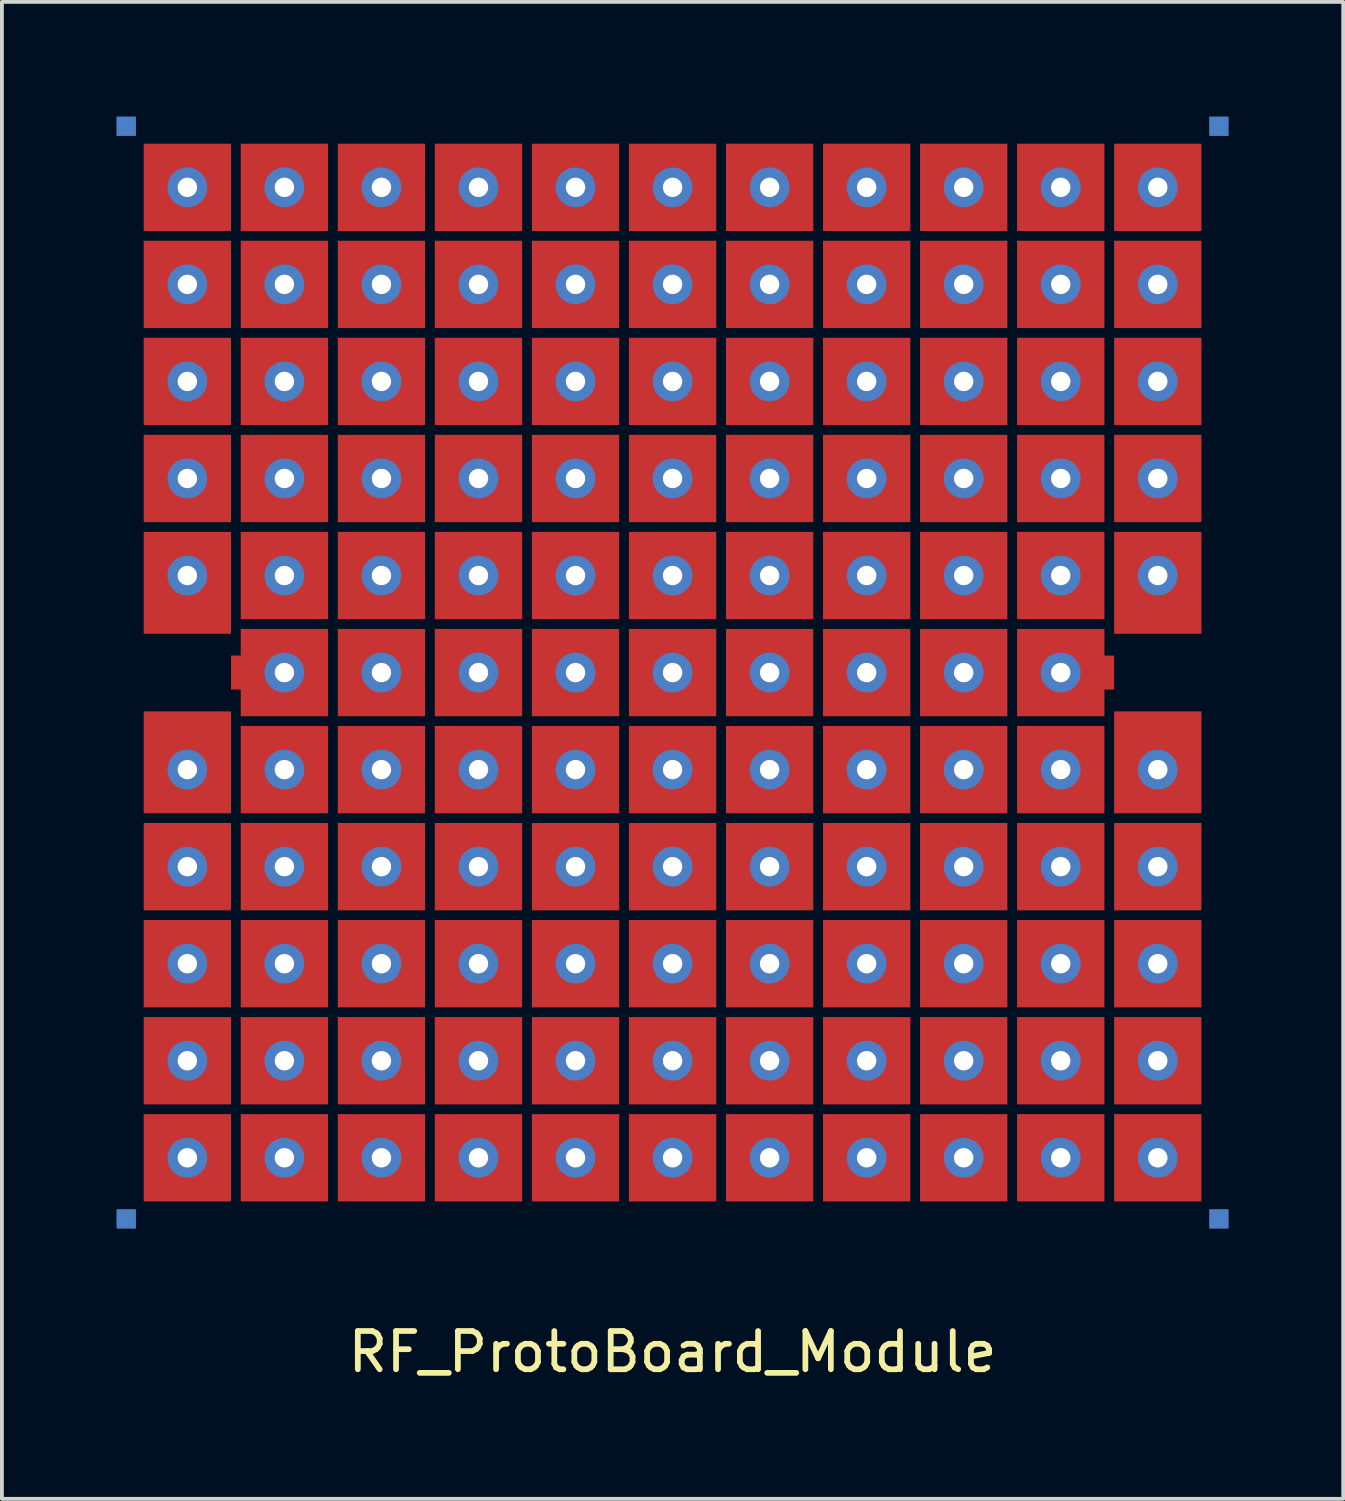
<source format=kicad_pcb>
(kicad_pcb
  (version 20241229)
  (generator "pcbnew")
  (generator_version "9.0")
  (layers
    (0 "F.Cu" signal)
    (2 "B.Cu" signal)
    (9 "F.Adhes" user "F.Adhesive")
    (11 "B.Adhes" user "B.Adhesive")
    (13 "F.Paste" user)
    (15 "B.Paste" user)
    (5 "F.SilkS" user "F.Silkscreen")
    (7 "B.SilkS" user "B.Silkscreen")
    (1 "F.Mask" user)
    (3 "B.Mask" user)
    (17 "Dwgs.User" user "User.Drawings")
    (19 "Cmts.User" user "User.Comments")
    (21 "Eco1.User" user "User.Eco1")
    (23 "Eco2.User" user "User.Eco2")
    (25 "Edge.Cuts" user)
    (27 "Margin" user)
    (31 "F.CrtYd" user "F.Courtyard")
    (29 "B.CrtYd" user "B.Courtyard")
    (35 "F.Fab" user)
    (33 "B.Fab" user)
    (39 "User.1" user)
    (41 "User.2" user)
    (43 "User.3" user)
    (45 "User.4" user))
  (footprint "RF_ProtoBoard_Module"
    (layer "F.Cu")
    (at 14.554 14.554)
    (property "Reference" "RF_ProtoBoard_Module" (at 0 17.78 0) (unlocked yes) (layer "F.SilkS") (effects (font (size 1 1) (thickness 0.15))))
    (attr allow_soldermask_bridges)
    (pad "" smd rect (at 0 0) (size 29.108 29.108) (layers "F.Mask"))
    (pad "" smd rect (at 0 0) (size 29.108 29.108) (layers "B.Mask"))
    (pad "0" smd rect (at -14.3 -14.3) (size 0.508 0.508) (layers "B.Cu"))
    (pad "0" smd rect (at -14.3 14.3) (size 0.508 0.508) (layers "B.Cu"))
    (pad "0" smd rect (at 14.3 -14.3) (size 0.508 0.508) (layers "B.Cu"))
    (pad "0" smd rect (at 14.3 14.3) (size 0.508 0.508) (layers "B.Cu"))
    (pad "1a" thru_hole circle (at -12.7 -12.7) (size 1.041 1.041) (drill 0.508) (layers "*.Cu" "*.Mask"))
    (pad "1a" smd rect (at -12.7 -12.7) (size 2.286 2.286) (layers "F.Cu" "F.Mask"))
    (pad "1b" thru_hole circle (at -10.16 -12.7) (size 1.041 1.041) (drill 0.508) (layers "*.Cu" "*.Mask"))
    (pad "1b" smd rect (at -10.16 -12.7) (size 2.286 2.286) (layers "F.Cu" "F.Mask"))
    (pad "1c" thru_hole circle (at -7.62 -12.7) (size 1.041 1.041) (drill 0.508) (layers "*.Cu" "*.Mask"))
    (pad "1c" smd rect (at -7.62 -12.7) (size 2.286 2.286) (layers "F.Cu" "F.Mask"))
    (pad "1d" thru_hole circle (at -5.08 -12.7) (size 1.041 1.041) (drill 0.508) (layers "*.Cu" "*.Mask"))
    (pad "1d" smd rect (at -5.08 -12.7) (size 2.286 2.286) (layers "F.Cu" "F.Mask"))
    (pad "1e" thru_hole circle (at -2.54 -12.7) (size 1.041 1.041) (drill 0.508) (layers "*.Cu" "*.Mask"))
    (pad "1e" smd rect (at -2.54 -12.7) (size 2.286 2.286) (layers "F.Cu" "F.Mask"))
    (pad "1f" thru_hole circle (at 0 -12.7) (size 1.041 1.041) (drill 0.508) (layers "*.Cu" "*.Mask"))
    (pad "1f" smd rect (at 0 -12.7) (size 2.286 2.286) (layers "F.Cu" "F.Mask"))
    (pad "1g" thru_hole circle (at 2.54 -12.7) (size 1.041 1.041) (drill 0.508) (layers "*.Cu" "*.Mask"))
    (pad "1g" smd rect (at 2.54 -12.7) (size 2.286 2.286) (layers "F.Cu" "F.Mask"))
    (pad "1h" thru_hole circle (at 5.08 -12.7) (size 1.041 1.041) (drill 0.508) (layers "*.Cu" "*.Mask"))
    (pad "1h" smd rect (at 5.08 -12.7) (size 2.286 2.286) (layers "F.Cu" "F.Mask"))
    (pad "1i" thru_hole circle (at 7.62 -12.7) (size 1.041 1.041) (drill 0.508) (layers "*.Cu" "*.Mask"))
    (pad "1i" smd rect (at 7.62 -12.7) (size 2.286 2.286) (layers "F.Cu" "F.Mask"))
    (pad "1j" thru_hole circle (at 10.16 -12.7) (size 1.041 1.041) (drill 0.508) (layers "*.Cu" "*.Mask"))
    (pad "1j" smd rect (at 10.16 -12.7) (size 2.286 2.286) (layers "F.Cu" "F.Mask"))
    (pad "1k" thru_hole circle (at 12.7 -12.7) (size 1.041 1.041) (drill 0.508) (layers "*.Cu" "*.Mask"))
    (pad "1k" smd rect (at 12.7 -12.7) (size 2.286 2.286) (layers "F.Cu" "F.Mask"))
    (pad "2a" thru_hole circle (at -12.7 -10.16) (size 1.041 1.041) (drill 0.508) (layers "*.Cu" "*.Mask"))
    (pad "2a" smd rect (at -12.7 -10.16) (size 2.286 2.286) (layers "F.Cu" "F.Mask"))
    (pad "2b" thru_hole circle (at -10.16 -10.16) (size 1.041 1.041) (drill 0.508) (layers "*.Cu" "*.Mask"))
    (pad "2b" smd rect (at -10.16 -10.16) (size 2.286 2.286) (layers "F.Cu" "F.Mask"))
    (pad "2c" thru_hole circle (at -7.62 -10.16) (size 1.041 1.041) (drill 0.508) (layers "*.Cu" "*.Mask"))
    (pad "2c" smd rect (at -7.62 -10.16) (size 2.286 2.286) (layers "F.Cu" "F.Mask"))
    (pad "2d" thru_hole circle (at -5.08 -10.16) (size 1.041 1.041) (drill 0.508) (layers "*.Cu" "*.Mask"))
    (pad "2d" smd rect (at -5.08 -10.16) (size 2.286 2.286) (layers "F.Cu" "F.Mask"))
    (pad "2e" thru_hole circle (at -2.54 -10.16) (size 1.041 1.041) (drill 0.508) (layers "*.Cu" "*.Mask"))
    (pad "2e" smd rect (at -2.54 -10.16) (size 2.286 2.286) (layers "F.Cu" "F.Mask"))
    (pad "2f" thru_hole circle (at 0 -10.16) (size 1.041 1.041) (drill 0.508) (layers "*.Cu" "*.Mask"))
    (pad "2f" smd rect (at 0 -10.16) (size 2.286 2.286) (layers "F.Cu" "F.Mask"))
    (pad "2g" thru_hole circle (at 2.54 -10.16) (size 1.041 1.041) (drill 0.508) (layers "*.Cu" "*.Mask"))
    (pad "2g" smd rect (at 2.54 -10.16) (size 2.286 2.286) (layers "F.Cu" "F.Mask"))
    (pad "2h" thru_hole circle (at 5.08 -10.16) (size 1.041 1.041) (drill 0.508) (layers "*.Cu" "*.Mask"))
    (pad "2h" smd rect (at 5.08 -10.16) (size 2.286 2.286) (layers "F.Cu" "F.Mask"))
    (pad "2i" thru_hole circle (at 7.62 -10.16) (size 1.041 1.041) (drill 0.508) (layers "*.Cu" "*.Mask"))
    (pad "2i" smd rect (at 7.62 -10.16) (size 2.286 2.286) (layers "F.Cu" "F.Mask"))
    (pad "2j" thru_hole circle (at 10.16 -10.16) (size 1.041 1.041) (drill 0.508) (layers "*.Cu" "*.Mask"))
    (pad "2j" smd rect (at 10.16 -10.16) (size 2.286 2.286) (layers "F.Cu" "F.Mask"))
    (pad "2k" thru_hole circle (at 12.7 -10.16) (size 1.041 1.041) (drill 0.508) (layers "*.Cu" "*.Mask"))
    (pad "2k" smd rect (at 12.7 -10.16) (size 2.286 2.286) (layers "F.Cu" "F.Mask"))
    (pad "3a" thru_hole circle (at -12.7 -7.62) (size 1.041 1.041) (drill 0.508) (layers "*.Cu" "*.Mask"))
    (pad "3a" smd rect (at -12.7 -7.62) (size 2.286 2.286) (layers "F.Cu" "F.Mask"))
    (pad "3b" thru_hole circle (at -10.16 -7.62) (size 1.041 1.041) (drill 0.508) (layers "*.Cu" "*.Mask"))
    (pad "3b" smd rect (at -10.16 -7.62) (size 2.286 2.286) (layers "F.Cu" "F.Mask"))
    (pad "3c" thru_hole circle (at -7.62 -7.62) (size 1.041 1.041) (drill 0.508) (layers "*.Cu" "*.Mask"))
    (pad "3c" smd rect (at -7.62 -7.62) (size 2.286 2.286) (layers "F.Cu" "F.Mask"))
    (pad "3d" thru_hole circle (at -5.08 -7.62) (size 1.041 1.041) (drill 0.508) (layers "*.Cu" "*.Mask"))
    (pad "3d" smd rect (at -5.08 -7.62) (size 2.286 2.286) (layers "F.Cu" "F.Mask"))
    (pad "3e" thru_hole circle (at -2.54 -7.62) (size 1.041 1.041) (drill 0.508) (layers "*.Cu" "*.Mask"))
    (pad "3e" smd rect (at -2.54 -7.62) (size 2.286 2.286) (layers "F.Cu" "F.Mask"))
    (pad "3f" thru_hole circle (at 0 -7.62) (size 1.041 1.041) (drill 0.508) (layers "*.Cu" "*.Mask"))
    (pad "3f" smd rect (at 0 -7.62) (size 2.286 2.286) (layers "F.Cu" "F.Mask"))
    (pad "3g" thru_hole circle (at 2.54 -7.62) (size 1.041 1.041) (drill 0.508) (layers "*.Cu" "*.Mask"))
    (pad "3g" smd rect (at 2.54 -7.62) (size 2.286 2.286) (layers "F.Cu" "F.Mask"))
    (pad "3h" thru_hole circle (at 5.08 -7.62) (size 1.041 1.041) (drill 0.508) (layers "*.Cu" "*.Mask"))
    (pad "3h" smd rect (at 5.08 -7.62) (size 2.286 2.286) (layers "F.Cu" "F.Mask"))
    (pad "3i" thru_hole circle (at 7.62 -7.62) (size 1.041 1.041) (drill 0.508) (layers "*.Cu" "*.Mask"))
    (pad "3i" smd rect (at 7.62 -7.62) (size 2.286 2.286) (layers "F.Cu" "F.Mask"))
    (pad "3j" thru_hole circle (at 10.16 -7.62) (size 1.041 1.041) (drill 0.508) (layers "*.Cu" "*.Mask"))
    (pad "3j" smd rect (at 10.16 -7.62) (size 2.286 2.286) (layers "F.Cu" "F.Mask"))
    (pad "3k" thru_hole circle (at 12.7 -7.62) (size 1.041 1.041) (drill 0.508) (layers "*.Cu" "*.Mask"))
    (pad "3k" smd rect (at 12.7 -7.62) (size 2.286 2.286) (layers "F.Cu" "F.Mask"))
    (pad "4a" thru_hole circle (at -12.7 -5.08) (size 1.041 1.041) (drill 0.508) (layers "*.Cu" "*.Mask"))
    (pad "4a" smd rect (at -12.7 -5.08) (size 2.286 2.286) (layers "F.Cu" "F.Mask"))
    (pad "4b" thru_hole circle (at -10.16 -5.08) (size 1.041 1.041) (drill 0.508) (layers "*.Cu" "*.Mask"))
    (pad "4b" smd rect (at -10.16 -5.08) (size 2.286 2.286) (layers "F.Cu" "F.Mask"))
    (pad "4c" thru_hole circle (at -7.62 -5.08) (size 1.041 1.041) (drill 0.508) (layers "*.Cu" "*.Mask"))
    (pad "4c" smd rect (at -7.62 -5.08) (size 2.286 2.286) (layers "F.Cu" "F.Mask"))
    (pad "4d" thru_hole circle (at -5.08 -5.08) (size 1.041 1.041) (drill 0.508) (layers "*.Cu" "*.Mask"))
    (pad "4d" smd rect (at -5.08 -5.08) (size 2.286 2.286) (layers "F.Cu" "F.Mask"))
    (pad "4e" thru_hole circle (at -2.54 -5.08) (size 1.041 1.041) (drill 0.508) (layers "*.Cu" "*.Mask"))
    (pad "4e" smd rect (at -2.54 -5.08) (size 2.286 2.286) (layers "F.Cu" "F.Mask"))
    (pad "4f" thru_hole circle (at 0 -5.08) (size 1.041 1.041) (drill 0.508) (layers "*.Cu" "*.Mask"))
    (pad "4f" smd rect (at 0 -5.08) (size 2.286 2.286) (layers "F.Cu" "F.Mask"))
    (pad "4g" thru_hole circle (at 2.54 -5.08) (size 1.041 1.041) (drill 0.508) (layers "*.Cu" "*.Mask"))
    (pad "4g" smd rect (at 2.54 -5.08) (size 2.286 2.286) (layers "F.Cu" "F.Mask"))
    (pad "4h" thru_hole circle (at 5.08 -5.08) (size 1.041 1.041) (drill 0.508) (layers "*.Cu" "*.Mask"))
    (pad "4h" smd rect (at 5.08 -5.08) (size 2.286 2.286) (layers "F.Cu" "F.Mask"))
    (pad "4i" thru_hole circle (at 7.62 -5.08) (size 1.041 1.041) (drill 0.508) (layers "*.Cu" "*.Mask"))
    (pad "4i" smd rect (at 7.62 -5.08) (size 2.286 2.286) (layers "F.Cu" "F.Mask"))
    (pad "4j" thru_hole circle (at 10.16 -5.08) (size 1.041 1.041) (drill 0.508) (layers "*.Cu" "*.Mask"))
    (pad "4j" smd rect (at 10.16 -5.08) (size 2.286 2.286) (layers "F.Cu" "F.Mask"))
    (pad "4k" thru_hole circle (at 12.7 -5.08) (size 1.041 1.041) (drill 0.508) (layers "*.Cu" "*.Mask"))
    (pad "4k" smd rect (at 12.7 -5.08) (size 2.286 2.286) (layers "F.Cu" "F.Mask"))
    (pad "5a" thru_hole circle (at -12.7 -2.54) (size 1.041 1.041) (drill 0.508) (layers "*.Cu" "*.Mask"))
    (pad "5a" smd rect (at -12.7 -2.349) (size 2.286 2.667) (layers "F.Cu" "F.Mask"))
    (pad "5b" thru_hole circle (at -10.16 -2.54) (size 1.041 1.041) (drill 0.508) (layers "*.Cu" "*.Mask"))
    (pad "5b" smd rect (at -10.16 -2.54) (size 2.286 2.286) (layers "F.Cu" "F.Mask"))
    (pad "5c" thru_hole circle (at -7.62 -2.54) (size 1.041 1.041) (drill 0.508) (layers "*.Cu" "*.Mask"))
    (pad "5c" smd rect (at -7.62 -2.54) (size 2.286 2.286) (layers "F.Cu" "F.Mask"))
    (pad "5d" thru_hole circle (at -5.08 -2.54) (size 1.041 1.041) (drill 0.508) (layers "*.Cu" "*.Mask"))
    (pad "5d" smd rect (at -5.08 -2.54) (size 2.286 2.286) (layers "F.Cu" "F.Mask"))
    (pad "5e" thru_hole circle (at -2.54 -2.54) (size 1.041 1.041) (drill 0.508) (layers "*.Cu" "*.Mask"))
    (pad "5e" smd rect (at -2.54 -2.54) (size 2.286 2.286) (layers "F.Cu" "F.Mask"))
    (pad "5f" thru_hole circle (at 0 -2.54) (size 1.041 1.041) (drill 0.508) (layers "*.Cu" "*.Mask"))
    (pad "5f" smd rect (at 0 -2.54) (size 2.286 2.286) (layers "F.Cu" "F.Mask"))
    (pad "5g" thru_hole circle (at 2.54 -2.54) (size 1.041 1.041) (drill 0.508) (layers "*.Cu" "*.Mask"))
    (pad "5g" smd rect (at 2.54 -2.54) (size 2.286 2.286) (layers "F.Cu" "F.Mask"))
    (pad "5h" thru_hole circle (at 5.08 -2.54) (size 1.041 1.041) (drill 0.508) (layers "*.Cu" "*.Mask"))
    (pad "5h" smd rect (at 5.08 -2.54) (size 2.286 2.286) (layers "F.Cu" "F.Mask"))
    (pad "5i" thru_hole circle (at 7.62 -2.54) (size 1.041 1.041) (drill 0.508) (layers "*.Cu" "*.Mask"))
    (pad "5i" smd rect (at 7.62 -2.54) (size 2.286 2.286) (layers "F.Cu" "F.Mask"))
    (pad "5j" thru_hole circle (at 10.16 -2.54) (size 1.041 1.041) (drill 0.508) (layers "*.Cu" "*.Mask"))
    (pad "5j" smd rect (at 10.16 -2.54) (size 2.286 2.286) (layers "F.Cu" "F.Mask"))
    (pad "5k" thru_hole circle (at 12.7 -2.54) (size 1.041 1.041) (drill 0.508) (layers "*.Cu" "*.Mask"))
    (pad "5k" smd rect (at 12.7 -2.349) (size 2.286 2.667) (layers "F.Cu" "F.Mask"))
    (pad "6b" thru_hole circle (at -10.16 0) (size 1.041 1.041) (drill 0.508) (layers "*.Cu" "*.Mask"))
    (pad "6b" smd custom (at -10.16 0) (size 2.286 2.286) (layers "F.Cu" "F.Mask") (options (anchor rect)) (primitives (gr_rect (start -1.397 -0.445) (end -1.092 0.445) (width 0) (fill yes))))
    (pad "6c" thru_hole circle (at -7.62 0) (size 1.041 1.041) (drill 0.508) (layers "*.Cu" "*.Mask"))
    (pad "6c" smd rect (at -7.62 0) (size 2.286 2.286) (layers "F.Cu" "F.Mask"))
    (pad "6d" thru_hole circle (at -5.08 0) (size 1.041 1.041) (drill 0.508) (layers "*.Cu" "*.Mask"))
    (pad "6d" smd rect (at -5.08 0) (size 2.286 2.286) (layers "F.Cu" "F.Mask"))
    (pad "6e" thru_hole circle (at -2.54 0) (size 1.041 1.041) (drill 0.508) (layers "*.Cu" "*.Mask"))
    (pad "6e" smd rect (at -2.54 0) (size 2.286 2.286) (layers "F.Cu" "F.Mask"))
    (pad "6f" thru_hole circle (at 0 0) (size 1.041 1.041) (drill 0.508) (layers "*.Cu" "*.Mask"))
    (pad "6f" smd rect (at 0 0) (size 2.286 2.286) (layers "F.Cu" "F.Mask"))
    (pad "6g" thru_hole circle (at 2.54 0) (size 1.041 1.041) (drill 0.508) (layers "*.Cu" "*.Mask"))
    (pad "6g" smd rect (at 2.54 0) (size 2.286 2.286) (layers "F.Cu" "F.Mask"))
    (pad "6h" thru_hole circle (at 5.08 0) (size 1.041 1.041) (drill 0.508) (layers "*.Cu" "*.Mask"))
    (pad "6h" smd rect (at 5.08 0) (size 2.286 2.286) (layers "F.Cu" "F.Mask"))
    (pad "6i" thru_hole circle (at 7.62 0) (size 1.041 1.041) (drill 0.508) (layers "*.Cu" "*.Mask"))
    (pad "6i" smd rect (at 7.62 0) (size 2.286 2.286) (layers "F.Cu" "F.Mask"))
    (pad "6j" thru_hole circle (at 10.16 0) (size 1.041 1.041) (drill 0.508) (layers "*.Cu" "*.Mask"))
    (pad "6j" smd custom (at 10.16 0) (size 2.286 2.286) (layers "F.Cu" "F.Mask") (options (anchor rect)) (primitives (gr_rect (start 1.092 -0.445) (end 1.397 0.445) (width 0) (fill yes))))
    (pad "7a" smd rect (at -12.7 2.349) (size 2.286 2.667) (layers "F.Cu" "F.Mask"))
    (pad "7a" thru_hole circle (at -12.7 2.54) (size 1.041 1.041) (drill 0.508) (layers "*.Cu" "*.Mask"))
    (pad "7b" thru_hole circle (at -10.16 2.54) (size 1.041 1.041) (drill 0.508) (layers "*.Cu" "*.Mask"))
    (pad "7b" smd rect (at -10.16 2.54) (size 2.286 2.286) (layers "F.Cu" "F.Mask"))
    (pad "7c" thru_hole circle (at -7.62 2.54) (size 1.041 1.041) (drill 0.508) (layers "*.Cu" "*.Mask"))
    (pad "7c" smd rect (at -7.62 2.54) (size 2.286 2.286) (layers "F.Cu" "F.Mask"))
    (pad "7d" thru_hole circle (at -5.08 2.54) (size 1.041 1.041) (drill 0.508) (layers "*.Cu" "*.Mask"))
    (pad "7d" smd rect (at -5.08 2.54) (size 2.286 2.286) (layers "F.Cu" "F.Mask"))
    (pad "7e" thru_hole circle (at -2.54 2.54) (size 1.041 1.041) (drill 0.508) (layers "*.Cu" "*.Mask"))
    (pad "7e" smd rect (at -2.54 2.54) (size 2.286 2.286) (layers "F.Cu" "F.Mask"))
    (pad "7f" thru_hole circle (at 0 2.54) (size 1.041 1.041) (drill 0.508) (layers "*.Cu" "*.Mask"))
    (pad "7f" smd rect (at 0 2.54) (size 2.286 2.286) (layers "F.Cu" "F.Mask"))
    (pad "7g" thru_hole circle (at 2.54 2.54) (size 1.041 1.041) (drill 0.508) (layers "*.Cu" "*.Mask"))
    (pad "7g" smd rect (at 2.54 2.54) (size 2.286 2.286) (layers "F.Cu" "F.Mask"))
    (pad "7h" thru_hole circle (at 5.08 2.54) (size 1.041 1.041) (drill 0.508) (layers "*.Cu" "*.Mask"))
    (pad "7h" smd rect (at 5.08 2.54) (size 2.286 2.286) (layers "F.Cu" "F.Mask"))
    (pad "7i" thru_hole circle (at 7.62 2.54) (size 1.041 1.041) (drill 0.508) (layers "*.Cu" "*.Mask"))
    (pad "7i" smd rect (at 7.62 2.54) (size 2.286 2.286) (layers "F.Cu" "F.Mask"))
    (pad "7j" thru_hole circle (at 10.16 2.54) (size 1.041 1.041) (drill 0.508) (layers "*.Cu" "*.Mask"))
    (pad "7j" smd rect (at 10.16 2.54) (size 2.286 2.286) (layers "F.Cu" "F.Mask"))
    (pad "7k" smd rect (at 12.7 2.349) (size 2.286 2.667) (layers "F.Cu" "F.Mask"))
    (pad "7k" thru_hole circle (at 12.7 2.54) (size 1.041 1.041) (drill 0.508) (layers "*.Cu" "*.Mask"))
    (pad "8a" thru_hole circle (at -12.7 5.08) (size 1.041 1.041) (drill 0.508) (layers "*.Cu" "*.Mask"))
    (pad "8a" smd rect (at -12.7 5.08) (size 2.286 2.286) (layers "F.Cu" "F.Mask"))
    (pad "8b" thru_hole circle (at -10.16 5.08) (size 1.041 1.041) (drill 0.508) (layers "*.Cu" "*.Mask"))
    (pad "8b" smd rect (at -10.16 5.08) (size 2.286 2.286) (layers "F.Cu" "F.Mask"))
    (pad "8c" thru_hole circle (at -7.62 5.08) (size 1.041 1.041) (drill 0.508) (layers "*.Cu" "*.Mask"))
    (pad "8c" smd rect (at -7.62 5.08) (size 2.286 2.286) (layers "F.Cu" "F.Mask"))
    (pad "8d" thru_hole circle (at -5.08 5.08) (size 1.041 1.041) (drill 0.508) (layers "*.Cu" "*.Mask"))
    (pad "8d" smd rect (at -5.08 5.08) (size 2.286 2.286) (layers "F.Cu" "F.Mask"))
    (pad "8e" thru_hole circle (at -2.54 5.08) (size 1.041 1.041) (drill 0.508) (layers "*.Cu" "*.Mask"))
    (pad "8e" smd rect (at -2.54 5.08) (size 2.286 2.286) (layers "F.Cu" "F.Mask"))
    (pad "8f" thru_hole circle (at 0 5.08) (size 1.041 1.041) (drill 0.508) (layers "*.Cu" "*.Mask"))
    (pad "8f" smd rect (at 0 5.08) (size 2.286 2.286) (layers "F.Cu" "F.Mask"))
    (pad "8g" thru_hole circle (at 2.54 5.08) (size 1.041 1.041) (drill 0.508) (layers "*.Cu" "*.Mask"))
    (pad "8g" smd rect (at 2.54 5.08) (size 2.286 2.286) (layers "F.Cu" "F.Mask"))
    (pad "8h" thru_hole circle (at 5.08 5.08) (size 1.041 1.041) (drill 0.508) (layers "*.Cu" "*.Mask"))
    (pad "8h" smd rect (at 5.08 5.08) (size 2.286 2.286) (layers "F.Cu" "F.Mask"))
    (pad "8i" thru_hole circle (at 7.62 5.08) (size 1.041 1.041) (drill 0.508) (layers "*.Cu" "*.Mask"))
    (pad "8i" smd rect (at 7.62 5.08) (size 2.286 2.286) (layers "F.Cu" "F.Mask"))
    (pad "8j" thru_hole circle (at 10.16 5.08) (size 1.041 1.041) (drill 0.508) (layers "*.Cu" "*.Mask"))
    (pad "8j" smd rect (at 10.16 5.08) (size 2.286 2.286) (layers "F.Cu" "F.Mask"))
    (pad "8k" thru_hole circle (at 12.7 5.08) (size 1.041 1.041) (drill 0.508) (layers "*.Cu" "*.Mask"))
    (pad "8k" smd rect (at 12.7 5.08) (size 2.286 2.286) (layers "F.Cu" "F.Mask"))
    (pad "9a" thru_hole circle (at -12.7 7.62) (size 1.041 1.041) (drill 0.508) (layers "*.Cu" "*.Mask"))
    (pad "9a" smd rect (at -12.7 7.62) (size 2.286 2.286) (layers "F.Cu" "F.Mask"))
    (pad "9b" thru_hole circle (at -10.16 7.62) (size 1.041 1.041) (drill 0.508) (layers "*.Cu" "*.Mask"))
    (pad "9b" smd rect (at -10.16 7.62) (size 2.286 2.286) (layers "F.Cu" "F.Mask"))
    (pad "9c" thru_hole circle (at -7.62 7.62) (size 1.041 1.041) (drill 0.508) (layers "*.Cu" "*.Mask"))
    (pad "9c" smd rect (at -7.62 7.62) (size 2.286 2.286) (layers "F.Cu" "F.Mask"))
    (pad "9d" thru_hole circle (at -5.08 7.62) (size 1.041 1.041) (drill 0.508) (layers "*.Cu" "*.Mask"))
    (pad "9d" smd rect (at -5.08 7.62) (size 2.286 2.286) (layers "F.Cu" "F.Mask"))
    (pad "9e" thru_hole circle (at -2.54 7.62) (size 1.041 1.041) (drill 0.508) (layers "*.Cu" "*.Mask"))
    (pad "9e" smd rect (at -2.54 7.62) (size 2.286 2.286) (layers "F.Cu" "F.Mask"))
    (pad "9f" thru_hole circle (at 0 7.62) (size 1.041 1.041) (drill 0.508) (layers "*.Cu" "*.Mask"))
    (pad "9f" smd rect (at 0 7.62) (size 2.286 2.286) (layers "F.Cu" "F.Mask"))
    (pad "9g" thru_hole circle (at 2.54 7.62) (size 1.041 1.041) (drill 0.508) (layers "*.Cu" "*.Mask"))
    (pad "9g" smd rect (at 2.54 7.62) (size 2.286 2.286) (layers "F.Cu" "F.Mask"))
    (pad "9h" thru_hole circle (at 5.08 7.62) (size 1.041 1.041) (drill 0.508) (layers "*.Cu" "*.Mask"))
    (pad "9h" smd rect (at 5.08 7.62) (size 2.286 2.286) (layers "F.Cu" "F.Mask"))
    (pad "9i" thru_hole circle (at 7.62 7.62) (size 1.041 1.041) (drill 0.508) (layers "*.Cu" "*.Mask"))
    (pad "9i" smd rect (at 7.62 7.62) (size 2.286 2.286) (layers "F.Cu" "F.Mask"))
    (pad "9j" thru_hole circle (at 10.16 7.62) (size 1.041 1.041) (drill 0.508) (layers "*.Cu" "*.Mask"))
    (pad "9j" smd rect (at 10.16 7.62) (size 2.286 2.286) (layers "F.Cu" "F.Mask"))
    (pad "9k" thru_hole circle (at 12.7 7.62) (size 1.041 1.041) (drill 0.508) (layers "*.Cu" "*.Mask"))
    (pad "9k" smd rect (at 12.7 7.62) (size 2.286 2.286) (layers "F.Cu" "F.Mask"))
    (pad "10a" thru_hole circle (at -12.7 10.16) (size 1.041 1.041) (drill 0.508) (layers "*.Cu" "*.Mask"))
    (pad "10a" smd rect (at -12.7 10.16) (size 2.286 2.286) (layers "F.Cu" "F.Mask"))
    (pad "10b" thru_hole circle (at -10.16 10.16) (size 1.041 1.041) (drill 0.508) (layers "*.Cu" "*.Mask"))
    (pad "10b" smd rect (at -10.16 10.16) (size 2.286 2.286) (layers "F.Cu" "F.Mask"))
    (pad "10c" thru_hole circle (at -7.62 10.16) (size 1.041 1.041) (drill 0.508) (layers "*.Cu" "*.Mask"))
    (pad "10c" smd rect (at -7.62 10.16) (size 2.286 2.286) (layers "F.Cu" "F.Mask"))
    (pad "10d" thru_hole circle (at -5.08 10.16) (size 1.041 1.041) (drill 0.508) (layers "*.Cu" "*.Mask"))
    (pad "10d" smd rect (at -5.08 10.16) (size 2.286 2.286) (layers "F.Cu" "F.Mask"))
    (pad "10e" thru_hole circle (at -2.54 10.16) (size 1.041 1.041) (drill 0.508) (layers "*.Cu" "*.Mask"))
    (pad "10e" smd rect (at -2.54 10.16) (size 2.286 2.286) (layers "F.Cu" "F.Mask"))
    (pad "10f" thru_hole circle (at 0 10.16) (size 1.041 1.041) (drill 0.508) (layers "*.Cu" "*.Mask"))
    (pad "10f" smd rect (at 0 10.16) (size 2.286 2.286) (layers "F.Cu" "F.Mask"))
    (pad "10g" thru_hole circle (at 2.54 10.16) (size 1.041 1.041) (drill 0.508) (layers "*.Cu" "*.Mask"))
    (pad "10g" smd rect (at 2.54 10.16) (size 2.286 2.286) (layers "F.Cu" "F.Mask"))
    (pad "10h" thru_hole circle (at 5.08 10.16) (size 1.041 1.041) (drill 0.508) (layers "*.Cu" "*.Mask"))
    (pad "10h" smd rect (at 5.08 10.16) (size 2.286 2.286) (layers "F.Cu" "F.Mask"))
    (pad "10i" thru_hole circle (at 7.62 10.16) (size 1.041 1.041) (drill 0.508) (layers "*.Cu" "*.Mask"))
    (pad "10i" smd rect (at 7.62 10.16) (size 2.286 2.286) (layers "F.Cu" "F.Mask"))
    (pad "10j" thru_hole circle (at 10.16 10.16) (size 1.041 1.041) (drill 0.508) (layers "*.Cu" "*.Mask"))
    (pad "10j" smd rect (at 10.16 10.16) (size 2.286 2.286) (layers "F.Cu" "F.Mask"))
    (pad "10k" thru_hole circle (at 12.7 10.16) (size 1.041 1.041) (drill 0.508) (layers "*.Cu" "*.Mask"))
    (pad "10k" smd rect (at 12.7 10.16) (size 2.286 2.286) (layers "F.Cu" "F.Mask"))
    (pad "11a" thru_hole circle (at -12.7 12.7) (size 1.041 1.041) (drill 0.508) (layers "*.Cu" "*.Mask"))
    (pad "11a" smd rect (at -12.7 12.7) (size 2.286 2.286) (layers "F.Cu" "F.Mask"))
    (pad "11b" thru_hole circle (at -10.16 12.7) (size 1.041 1.041) (drill 0.508) (layers "*.Cu" "*.Mask"))
    (pad "11b" smd rect (at -10.16 12.7) (size 2.286 2.286) (layers "F.Cu" "F.Mask"))
    (pad "11c" thru_hole circle (at -7.62 12.7) (size 1.041 1.041) (drill 0.508) (layers "*.Cu" "*.Mask"))
    (pad "11c" smd rect (at -7.62 12.7) (size 2.286 2.286) (layers "F.Cu" "F.Mask"))
    (pad "11d" thru_hole circle (at -5.08 12.7) (size 1.041 1.041) (drill 0.508) (layers "*.Cu" "*.Mask"))
    (pad "11d" smd rect (at -5.08 12.7) (size 2.286 2.286) (layers "F.Cu" "F.Mask"))
    (pad "11e" thru_hole circle (at -2.54 12.7) (size 1.041 1.041) (drill 0.508) (layers "*.Cu" "*.Mask"))
    (pad "11e" smd rect (at -2.54 12.7) (size 2.286 2.286) (layers "F.Cu" "F.Mask"))
    (pad "11f" thru_hole circle (at 0 12.7) (size 1.041 1.041) (drill 0.508) (layers "*.Cu" "*.Mask"))
    (pad "11f" smd rect (at 0 12.7) (size 2.286 2.286) (layers "F.Cu" "F.Mask"))
    (pad "11g" thru_hole circle (at 2.54 12.7) (size 1.041 1.041) (drill 0.508) (layers "*.Cu" "*.Mask"))
    (pad "11g" smd rect (at 2.54 12.7) (size 2.286 2.286) (layers "F.Cu" "F.Mask"))
    (pad "11h" thru_hole circle (at 5.08 12.7) (size 1.041 1.041) (drill 0.508) (layers "*.Cu" "*.Mask"))
    (pad "11h" smd rect (at 5.08 12.7) (size 2.286 2.286) (layers "F.Cu" "F.Mask"))
    (pad "11i" thru_hole circle (at 7.62 12.7) (size 1.041 1.041) (drill 0.508) (layers "*.Cu" "*.Mask"))
    (pad "11i" smd rect (at 7.62 12.7) (size 2.286 2.286) (layers "F.Cu" "F.Mask"))
    (pad "11j" thru_hole circle (at 10.16 12.7) (size 1.041 1.041) (drill 0.508) (layers "*.Cu" "*.Mask"))
    (pad "11j" smd rect (at 10.16 12.7) (size 2.286 2.286) (layers "F.Cu" "F.Mask"))
    (pad "11k" thru_hole circle (at 12.7 12.7) (size 1.041 1.041) (drill 0.508) (layers "*.Cu" "*.Mask"))
    (pad "11k" smd rect (at 12.7 12.7) (size 2.286 2.286) (layers "F.Cu" "F.Mask")))
  (gr_rect
    (start -3 -3)
    (end 32.108 36.182)
    (stroke (width 0.1) (type default))
    (fill no)
    (layer "Edge.Cuts")))
</source>
